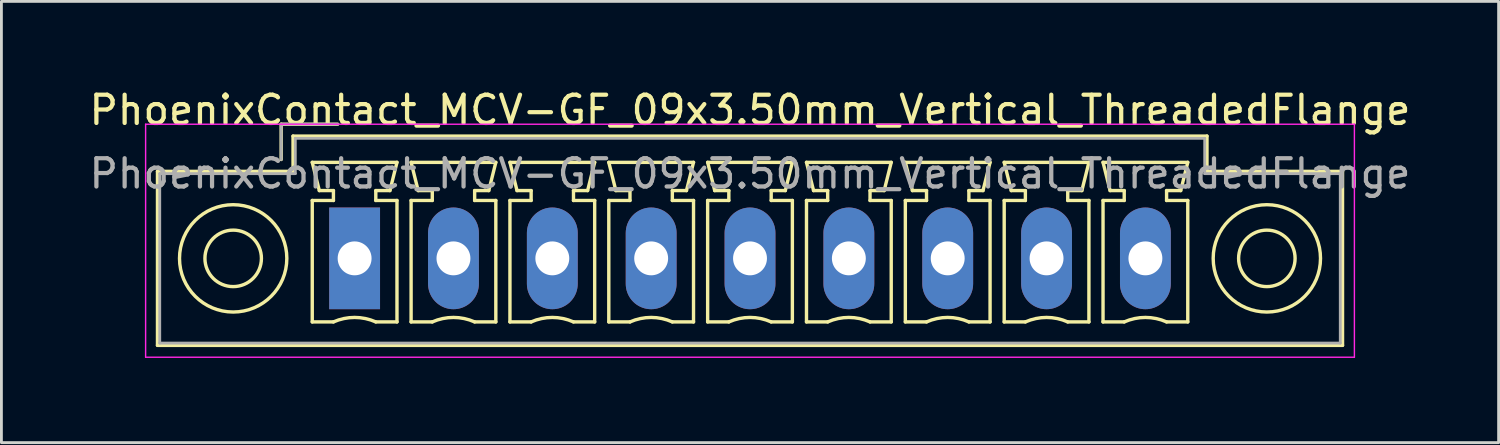
<source format=kicad_pcb>
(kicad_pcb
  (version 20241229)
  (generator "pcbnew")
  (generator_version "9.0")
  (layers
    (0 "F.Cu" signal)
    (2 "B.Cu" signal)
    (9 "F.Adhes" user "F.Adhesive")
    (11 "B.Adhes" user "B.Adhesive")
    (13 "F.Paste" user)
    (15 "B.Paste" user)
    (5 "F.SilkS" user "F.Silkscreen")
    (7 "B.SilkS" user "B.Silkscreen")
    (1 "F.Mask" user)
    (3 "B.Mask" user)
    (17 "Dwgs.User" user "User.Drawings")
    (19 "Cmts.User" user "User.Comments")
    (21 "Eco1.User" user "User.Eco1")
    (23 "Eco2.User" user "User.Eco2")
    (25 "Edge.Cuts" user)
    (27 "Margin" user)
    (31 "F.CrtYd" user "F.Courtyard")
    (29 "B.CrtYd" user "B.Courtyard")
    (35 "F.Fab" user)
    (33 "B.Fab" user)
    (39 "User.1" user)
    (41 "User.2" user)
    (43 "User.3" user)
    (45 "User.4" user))
  (footprint "PhoenixContact_MCV-GF_09x3.50mm_Vertical_ThreadedFlange"
    (layer "F.Cu")
    (at 9.506 6.098)
    (property "Reference" "PhoenixContact_MCV-GF_09x3.50mm_Vertical_ThreadedFlange" (at 14 -5.25 0) (layer "F.SilkS") (effects (font (size 1 1) (thickness 0.15))))
    (attr through_hole)
    (fp_line (start -6.98 -3.08) (end -6.98 3.08) (stroke (width 0.12) (type solid)) (layer "F.SilkS"))
    (fp_line (start -6.98 3.08) (end 34.98 3.08) (stroke (width 0.12) (type solid)) (layer "F.SilkS"))
    (fp_line (start -2.6 -4.75) (end -0.6 -4.75) (stroke (width 0.12) (type solid)) (layer "F.SilkS"))
    (fp_line (start -2.6 -3.5) (end -2.6 -4.75) (stroke (width 0.12) (type solid)) (layer "F.SilkS"))
    (fp_line (start -2.18 -4.33) (end -2.18 -3.08) (stroke (width 0.12) (type solid)) (layer "F.SilkS"))
    (fp_line (start -2.18 -3.08) (end -6.98 -3.08) (stroke (width 0.12) (type solid)) (layer "F.SilkS"))
    (fp_line (start -1.5 -3.4) (end 1.5 -3.4) (stroke (width 0.12) (type solid)) (layer "F.SilkS"))
    (fp_line (start -1.5 -2.05) (end -0.75 -2.05) (stroke (width 0.12) (type solid)) (layer "F.SilkS"))
    (fp_line (start -1.5 2.25) (end -1.5 -2.05) (stroke (width 0.12) (type solid)) (layer "F.SilkS"))
    (fp_line (start -1.25 -2.4) (end -1.5 -3.4) (stroke (width 0.12) (type solid)) (layer "F.SilkS"))
    (fp_line (start -0.75 -2.4) (end -1.25 -2.4) (stroke (width 0.12) (type solid)) (layer "F.SilkS"))
    (fp_line (start -0.75 -2.05) (end -0.75 -2.4) (stroke (width 0.12) (type solid)) (layer "F.SilkS"))
    (fp_line (start -0.75 2.25) (end -1.5 2.25) (stroke (width 0.12) (type solid)) (layer "F.SilkS"))
    (fp_line (start 0.75 -2.4) (end 0.75 -2.05) (stroke (width 0.12) (type solid)) (layer "F.SilkS"))
    (fp_line (start 0.75 -2.05) (end 1.5 -2.05) (stroke (width 0.12) (type solid)) (layer "F.SilkS"))
    (fp_line (start 1.25 -2.4) (end 0.75 -2.4) (stroke (width 0.12) (type solid)) (layer "F.SilkS"))
    (fp_line (start 1.5 -3.4) (end 1.25 -2.4) (stroke (width 0.12) (type solid)) (layer "F.SilkS"))
    (fp_line (start 1.5 -2.05) (end 1.5 2.25) (stroke (width 0.12) (type solid)) (layer "F.SilkS"))
    (fp_line (start 1.5 2.25) (end 0.75 2.25) (stroke (width 0.12) (type solid)) (layer "F.SilkS"))
    (fp_line (start 2 -3.4) (end 5 -3.4) (stroke (width 0.12) (type solid)) (layer "F.SilkS"))
    (fp_line (start 2 -2.05) (end 2.75 -2.05) (stroke (width 0.12) (type solid)) (layer "F.SilkS"))
    (fp_line (start 2 2.25) (end 2 -2.05) (stroke (width 0.12) (type solid)) (layer "F.SilkS"))
    (fp_line (start 2.25 -2.4) (end 2 -3.4) (stroke (width 0.12) (type solid)) (layer "F.SilkS"))
    (fp_line (start 2.75 -2.4) (end 2.25 -2.4) (stroke (width 0.12) (type solid)) (layer "F.SilkS"))
    (fp_line (start 2.75 -2.05) (end 2.75 -2.4) (stroke (width 0.12) (type solid)) (layer "F.SilkS"))
    (fp_line (start 2.75 2.25) (end 2 2.25) (stroke (width 0.12) (type solid)) (layer "F.SilkS"))
    (fp_line (start 4.25 -2.4) (end 4.25 -2.05) (stroke (width 0.12) (type solid)) (layer "F.SilkS"))
    (fp_line (start 4.25 -2.05) (end 5 -2.05) (stroke (width 0.12) (type solid)) (layer "F.SilkS"))
    (fp_line (start 4.75 -2.4) (end 4.25 -2.4) (stroke (width 0.12) (type solid)) (layer "F.SilkS"))
    (fp_line (start 5 -3.4) (end 4.75 -2.4) (stroke (width 0.12) (type solid)) (layer "F.SilkS"))
    (fp_line (start 5 -2.05) (end 5 2.25) (stroke (width 0.12) (type solid)) (layer "F.SilkS"))
    (fp_line (start 5 2.25) (end 4.25 2.25) (stroke (width 0.12) (type solid)) (layer "F.SilkS"))
    (fp_line (start 5.5 -3.4) (end 8.5 -3.4) (stroke (width 0.12) (type solid)) (layer "F.SilkS"))
    (fp_line (start 5.5 -2.05) (end 6.25 -2.05) (stroke (width 0.12) (type solid)) (layer "F.SilkS"))
    (fp_line (start 5.5 2.25) (end 5.5 -2.05) (stroke (width 0.12) (type solid)) (layer "F.SilkS"))
    (fp_line (start 5.75 -2.4) (end 5.5 -3.4) (stroke (width 0.12) (type solid)) (layer "F.SilkS"))
    (fp_line (start 6.25 -2.4) (end 5.75 -2.4) (stroke (width 0.12) (type solid)) (layer "F.SilkS"))
    (fp_line (start 6.25 -2.05) (end 6.25 -2.4) (stroke (width 0.12) (type solid)) (layer "F.SilkS"))
    (fp_line (start 6.25 2.25) (end 5.5 2.25) (stroke (width 0.12) (type solid)) (layer "F.SilkS"))
    (fp_line (start 7.75 -2.4) (end 7.75 -2.05) (stroke (width 0.12) (type solid)) (layer "F.SilkS"))
    (fp_line (start 7.75 -2.05) (end 8.5 -2.05) (stroke (width 0.12) (type solid)) (layer "F.SilkS"))
    (fp_line (start 8.25 -2.4) (end 7.75 -2.4) (stroke (width 0.12) (type solid)) (layer "F.SilkS"))
    (fp_line (start 8.5 -3.4) (end 8.25 -2.4) (stroke (width 0.12) (type solid)) (layer "F.SilkS"))
    (fp_line (start 8.5 -2.05) (end 8.5 2.25) (stroke (width 0.12) (type solid)) (layer "F.SilkS"))
    (fp_line (start 8.5 2.25) (end 7.75 2.25) (stroke (width 0.12) (type solid)) (layer "F.SilkS"))
    (fp_line (start 9 -3.4) (end 12 -3.4) (stroke (width 0.12) (type solid)) (layer "F.SilkS"))
    (fp_line (start 9 -2.05) (end 9.75 -2.05) (stroke (width 0.12) (type solid)) (layer "F.SilkS"))
    (fp_line (start 9 2.25) (end 9 -2.05) (stroke (width 0.12) (type solid)) (layer "F.SilkS"))
    (fp_line (start 9.25 -2.4) (end 9 -3.4) (stroke (width 0.12) (type solid)) (layer "F.SilkS"))
    (fp_line (start 9.75 -2.4) (end 9.25 -2.4) (stroke (width 0.12) (type solid)) (layer "F.SilkS"))
    (fp_line (start 9.75 -2.05) (end 9.75 -2.4) (stroke (width 0.12) (type solid)) (layer "F.SilkS"))
    (fp_line (start 9.75 2.25) (end 9 2.25) (stroke (width 0.12) (type solid)) (layer "F.SilkS"))
    (fp_line (start 11.25 -2.4) (end 11.25 -2.05) (stroke (width 0.12) (type solid)) (layer "F.SilkS"))
    (fp_line (start 11.25 -2.05) (end 12 -2.05) (stroke (width 0.12) (type solid)) (layer "F.SilkS"))
    (fp_line (start 11.75 -2.4) (end 11.25 -2.4) (stroke (width 0.12) (type solid)) (layer "F.SilkS"))
    (fp_line (start 12 -3.4) (end 11.75 -2.4) (stroke (width 0.12) (type solid)) (layer "F.SilkS"))
    (fp_line (start 12 -2.05) (end 12 2.25) (stroke (width 0.12) (type solid)) (layer "F.SilkS"))
    (fp_line (start 12 2.25) (end 11.25 2.25) (stroke (width 0.12) (type solid)) (layer "F.SilkS"))
    (fp_line (start 12.5 -3.4) (end 15.5 -3.4) (stroke (width 0.12) (type solid)) (layer "F.SilkS"))
    (fp_line (start 12.5 -2.05) (end 13.25 -2.05) (stroke (width 0.12) (type solid)) (layer "F.SilkS"))
    (fp_line (start 12.5 2.25) (end 12.5 -2.05) (stroke (width 0.12) (type solid)) (layer "F.SilkS"))
    (fp_line (start 12.75 -2.4) (end 12.5 -3.4) (stroke (width 0.12) (type solid)) (layer "F.SilkS"))
    (fp_line (start 13.25 -2.4) (end 12.75 -2.4) (stroke (width 0.12) (type solid)) (layer "F.SilkS"))
    (fp_line (start 13.25 -2.05) (end 13.25 -2.4) (stroke (width 0.12) (type solid)) (layer "F.SilkS"))
    (fp_line (start 13.25 2.25) (end 12.5 2.25) (stroke (width 0.12) (type solid)) (layer "F.SilkS"))
    (fp_line (start 14.75 -2.4) (end 14.75 -2.05) (stroke (width 0.12) (type solid)) (layer "F.SilkS"))
    (fp_line (start 14.75 -2.05) (end 15.5 -2.05) (stroke (width 0.12) (type solid)) (layer "F.SilkS"))
    (fp_line (start 15.25 -2.4) (end 14.75 -2.4) (stroke (width 0.12) (type solid)) (layer "F.SilkS"))
    (fp_line (start 15.5 -3.4) (end 15.25 -2.4) (stroke (width 0.12) (type solid)) (layer "F.SilkS"))
    (fp_line (start 15.5 -2.05) (end 15.5 2.25) (stroke (width 0.12) (type solid)) (layer "F.SilkS"))
    (fp_line (start 15.5 2.25) (end 14.75 2.25) (stroke (width 0.12) (type solid)) (layer "F.SilkS"))
    (fp_line (start 16 -3.4) (end 19 -3.4) (stroke (width 0.12) (type solid)) (layer "F.SilkS"))
    (fp_line (start 16 -2.05) (end 16.75 -2.05) (stroke (width 0.12) (type solid)) (layer "F.SilkS"))
    (fp_line (start 16 2.25) (end 16 -2.05) (stroke (width 0.12) (type solid)) (layer "F.SilkS"))
    (fp_line (start 16.25 -2.4) (end 16 -3.4) (stroke (width 0.12) (type solid)) (layer "F.SilkS"))
    (fp_line (start 16.75 -2.4) (end 16.25 -2.4) (stroke (width 0.12) (type solid)) (layer "F.SilkS"))
    (fp_line (start 16.75 -2.05) (end 16.75 -2.4) (stroke (width 0.12) (type solid)) (layer "F.SilkS"))
    (fp_line (start 16.75 2.25) (end 16 2.25) (stroke (width 0.12) (type solid)) (layer "F.SilkS"))
    (fp_line (start 18.25 -2.4) (end 18.25 -2.05) (stroke (width 0.12) (type solid)) (layer "F.SilkS"))
    (fp_line (start 18.25 -2.05) (end 19 -2.05) (stroke (width 0.12) (type solid)) (layer "F.SilkS"))
    (fp_line (start 18.75 -2.4) (end 18.25 -2.4) (stroke (width 0.12) (type solid)) (layer "F.SilkS"))
    (fp_line (start 19 -3.4) (end 18.75 -2.4) (stroke (width 0.12) (type solid)) (layer "F.SilkS"))
    (fp_line (start 19 -2.05) (end 19 2.25) (stroke (width 0.12) (type solid)) (layer "F.SilkS"))
    (fp_line (start 19 2.25) (end 18.25 2.25) (stroke (width 0.12) (type solid)) (layer "F.SilkS"))
    (fp_line (start 19.5 -3.4) (end 22.5 -3.4) (stroke (width 0.12) (type solid)) (layer "F.SilkS"))
    (fp_line (start 19.5 -2.05) (end 20.25 -2.05) (stroke (width 0.12) (type solid)) (layer "F.SilkS"))
    (fp_line (start 19.5 2.25) (end 19.5 -2.05) (stroke (width 0.12) (type solid)) (layer "F.SilkS"))
    (fp_line (start 19.75 -2.4) (end 19.5 -3.4) (stroke (width 0.12) (type solid)) (layer "F.SilkS"))
    (fp_line (start 20.25 -2.4) (end 19.75 -2.4) (stroke (width 0.12) (type solid)) (layer "F.SilkS"))
    (fp_line (start 20.25 -2.05) (end 20.25 -2.4) (stroke (width 0.12) (type solid)) (layer "F.SilkS"))
    (fp_line (start 20.25 2.25) (end 19.5 2.25) (stroke (width 0.12) (type solid)) (layer "F.SilkS"))
    (fp_line (start 21.75 -2.4) (end 21.75 -2.05) (stroke (width 0.12) (type solid)) (layer "F.SilkS"))
    (fp_line (start 21.75 -2.05) (end 22.5 -2.05) (stroke (width 0.12) (type solid)) (layer "F.SilkS"))
    (fp_line (start 22.25 -2.4) (end 21.75 -2.4) (stroke (width 0.12) (type solid)) (layer "F.SilkS"))
    (fp_line (start 22.5 -3.4) (end 22.25 -2.4) (stroke (width 0.12) (type solid)) (layer "F.SilkS"))
    (fp_line (start 22.5 -2.05) (end 22.5 2.25) (stroke (width 0.12) (type solid)) (layer "F.SilkS"))
    (fp_line (start 22.5 2.25) (end 21.75 2.25) (stroke (width 0.12) (type solid)) (layer "F.SilkS"))
    (fp_line (start 23 -3.4) (end 26 -3.4) (stroke (width 0.12) (type solid)) (layer "F.SilkS"))
    (fp_line (start 23 -2.05) (end 23.75 -2.05) (stroke (width 0.12) (type solid)) (layer "F.SilkS"))
    (fp_line (start 23 2.25) (end 23 -2.05) (stroke (width 0.12) (type solid)) (layer "F.SilkS"))
    (fp_line (start 23.25 -2.4) (end 23 -3.4) (stroke (width 0.12) (type solid)) (layer "F.SilkS"))
    (fp_line (start 23.75 -2.4) (end 23.25 -2.4) (stroke (width 0.12) (type solid)) (layer "F.SilkS"))
    (fp_line (start 23.75 -2.05) (end 23.75 -2.4) (stroke (width 0.12) (type solid)) (layer "F.SilkS"))
    (fp_line (start 23.75 2.25) (end 23 2.25) (stroke (width 0.12) (type solid)) (layer "F.SilkS"))
    (fp_line (start 25.25 -2.4) (end 25.25 -2.05) (stroke (width 0.12) (type solid)) (layer "F.SilkS"))
    (fp_line (start 25.25 -2.05) (end 26 -2.05) (stroke (width 0.12) (type solid)) (layer "F.SilkS"))
    (fp_line (start 25.75 -2.4) (end 25.25 -2.4) (stroke (width 0.12) (type solid)) (layer "F.SilkS"))
    (fp_line (start 26 -3.4) (end 25.75 -2.4) (stroke (width 0.12) (type solid)) (layer "F.SilkS"))
    (fp_line (start 26 -2.05) (end 26 2.25) (stroke (width 0.12) (type solid)) (layer "F.SilkS"))
    (fp_line (start 26 2.25) (end 25.25 2.25) (stroke (width 0.12) (type solid)) (layer "F.SilkS"))
    (fp_line (start 26.5 -3.4) (end 29.5 -3.4) (stroke (width 0.12) (type solid)) (layer "F.SilkS"))
    (fp_line (start 26.5 -2.05) (end 27.25 -2.05) (stroke (width 0.12) (type solid)) (layer "F.SilkS"))
    (fp_line (start 26.5 2.25) (end 26.5 -2.05) (stroke (width 0.12) (type solid)) (layer "F.SilkS"))
    (fp_line (start 26.75 -2.4) (end 26.5 -3.4) (stroke (width 0.12) (type solid)) (layer "F.SilkS"))
    (fp_line (start 27.25 -2.4) (end 26.75 -2.4) (stroke (width 0.12) (type solid)) (layer "F.SilkS"))
    (fp_line (start 27.25 -2.05) (end 27.25 -2.4) (stroke (width 0.12) (type solid)) (layer "F.SilkS"))
    (fp_line (start 27.25 2.25) (end 26.5 2.25) (stroke (width 0.12) (type solid)) (layer "F.SilkS"))
    (fp_line (start 28.75 -2.4) (end 28.75 -2.05) (stroke (width 0.12) (type solid)) (layer "F.SilkS"))
    (fp_line (start 28.75 -2.05) (end 29.5 -2.05) (stroke (width 0.12) (type solid)) (layer "F.SilkS"))
    (fp_line (start 29.25 -2.4) (end 28.75 -2.4) (stroke (width 0.12) (type solid)) (layer "F.SilkS"))
    (fp_line (start 29.5 -3.4) (end 29.25 -2.4) (stroke (width 0.12) (type solid)) (layer "F.SilkS"))
    (fp_line (start 29.5 -2.05) (end 29.5 2.25) (stroke (width 0.12) (type solid)) (layer "F.SilkS"))
    (fp_line (start 29.5 2.25) (end 28.75 2.25) (stroke (width 0.12) (type solid)) (layer "F.SilkS"))
    (fp_line (start 30.18 -4.33) (end -2.18 -4.33) (stroke (width 0.12) (type solid)) (layer "F.SilkS"))
    (fp_line (start 30.18 -3.08) (end 30.18 -4.33) (stroke (width 0.12) (type solid)) (layer "F.SilkS"))
    (fp_line (start 34.98 -3.08) (end 30.18 -3.08) (stroke (width 0.12) (type solid)) (layer "F.SilkS"))
    (fp_line (start 34.98 3.08) (end 34.98 -3.08) (stroke (width 0.12) (type solid)) (layer "F.SilkS"))
    (fp_arc (start -0.75 2.25) (mid -0.000193 2.09191) (end 0.749647 2.249844) (stroke (width 0.12) (type solid)) (layer "F.SilkS"))
    (fp_arc (start 2.75 2.25) (mid 3.499807 2.09191) (end 4.249647 2.249844) (stroke (width 0.12) (type solid)) (layer "F.SilkS"))
    (fp_arc (start 6.25 2.25) (mid 6.999807 2.09191) (end 7.749647 2.249844) (stroke (width 0.12) (type solid)) (layer "F.SilkS"))
    (fp_arc (start 9.75 2.25) (mid 10.499807 2.09191) (end 11.249647 2.249844) (stroke (width 0.12) (type solid)) (layer "F.SilkS"))
    (fp_arc (start 13.25 2.25) (mid 13.999807 2.09191) (end 14.749647 2.249844) (stroke (width 0.12) (type solid)) (layer "F.SilkS"))
    (fp_arc (start 16.75 2.25) (mid 17.499807 2.09191) (end 18.249647 2.249844) (stroke (width 0.12) (type solid)) (layer "F.SilkS"))
    (fp_arc (start 20.25 2.25) (mid 20.999807 2.09191) (end 21.749647 2.249844) (stroke (width 0.12) (type solid)) (layer "F.SilkS"))
    (fp_arc (start 23.75 2.25) (mid 24.499807 2.09191) (end 25.249647 2.249844) (stroke (width 0.12) (type solid)) (layer "F.SilkS"))
    (fp_arc (start 27.25 2.25) (mid 27.999807 2.09191) (end 28.749647 2.249844) (stroke (width 0.12) (type solid)) (layer "F.SilkS"))
    (fp_circle (center -4.3 0) (end -3.3 0) (stroke (width 0.12) (type solid)) (fill no) (layer "F.SilkS"))
    (fp_circle (center -4.3 0) (end -2.4 0) (stroke (width 0.12) (type solid)) (fill no) (layer "F.SilkS"))
    (fp_circle (center 32.3 0) (end 33.3 0) (stroke (width 0.12) (type solid)) (fill no) (layer "F.SilkS"))
    (fp_circle (center 32.3 0) (end 34.2 0) (stroke (width 0.12) (type solid)) (fill no) (layer "F.SilkS"))
    (fp_line (start -7.4 -4.75) (end -7.4 3.5) (stroke (width 0.05) (type solid)) (layer "F.CrtYd"))
    (fp_line (start -7.4 3.5) (end 35.4 3.5) (stroke (width 0.05) (type solid)) (layer "F.CrtYd"))
    (fp_line (start 35.4 -4.75) (end -7.4 -4.75) (stroke (width 0.05) (type solid)) (layer "F.CrtYd"))
    (fp_line (start 35.4 3.5) (end 35.4 -4.75) (stroke (width 0.05) (type solid)) (layer "F.CrtYd"))
    (fp_line (start -6.9 -3) (end -6.9 3) (stroke (width 0.1) (type solid)) (layer "F.Fab"))
    (fp_line (start -6.9 3) (end 34.9 3) (stroke (width 0.1) (type solid)) (layer "F.Fab"))
    (fp_line (start -2.6 -4.75) (end -0.6 -4.75) (stroke (width 0.1) (type solid)) (layer "F.Fab"))
    (fp_line (start -2.6 -3.5) (end -2.6 -4.75) (stroke (width 0.1) (type solid)) (layer "F.Fab"))
    (fp_line (start -2.1 -4.25) (end -2.1 -3) (stroke (width 0.1) (type solid)) (layer "F.Fab"))
    (fp_line (start -2.1 -3) (end -6.9 -3) (stroke (width 0.1) (type solid)) (layer "F.Fab"))
    (fp_line (start 30.1 -4.25) (end -2.1 -4.25) (stroke (width 0.1) (type solid)) (layer "F.Fab"))
    (fp_line (start 30.1 -3) (end 30.1 -4.25) (stroke (width 0.1) (type solid)) (layer "F.Fab"))
    (fp_line (start 34.9 -3) (end 30.1 -3) (stroke (width 0.1) (type solid)) (layer "F.Fab"))
    (fp_line (start 34.9 3) (end 34.9 -3) (stroke (width 0.1) (type solid)) (layer "F.Fab"))
    (fp_text user "${REFERENCE}" (at 14 -3 0) (layer "F.Fab") (effects (font (size 1 1) (thickness 0.15))))
    (pad "1" thru_hole rect (at 0 0) (size 1.8 3.6) (drill 1.2) (layers "*.Cu" "*.Mask"))
    (pad "2" thru_hole oval (at 3.5 0) (size 1.8 3.6) (drill 1.2) (layers "*.Cu" "*.Mask"))
    (pad "3" thru_hole oval (at 7 0) (size 1.8 3.6) (drill 1.2) (layers "*.Cu" "*.Mask"))
    (pad "4" thru_hole oval (at 10.5 0) (size 1.8 3.6) (drill 1.2) (layers "*.Cu" "*.Mask"))
    (pad "5" thru_hole oval (at 14 0) (size 1.8 3.6) (drill 1.2) (layers "*.Cu" "*.Mask"))
    (pad "6" thru_hole oval (at 17.5 0) (size 1.8 3.6) (drill 1.2) (layers "*.Cu" "*.Mask"))
    (pad "7" thru_hole oval (at 21 0) (size 1.8 3.6) (drill 1.2) (layers "*.Cu" "*.Mask"))
    (pad "8" thru_hole oval (at 24.5 0) (size 1.8 3.6) (drill 1.2) (layers "*.Cu" "*.Mask"))
    (pad "9" thru_hole oval (at 28 0) (size 1.8 3.6) (drill 1.2) (layers "*.Cu" "*.Mask")))
  (gr_rect
    (start -3 -3)
    (end 50.012 12.623)
    (stroke (width 0.1) (type default))
    (fill no)
    (layer "Edge.Cuts")))
</source>
